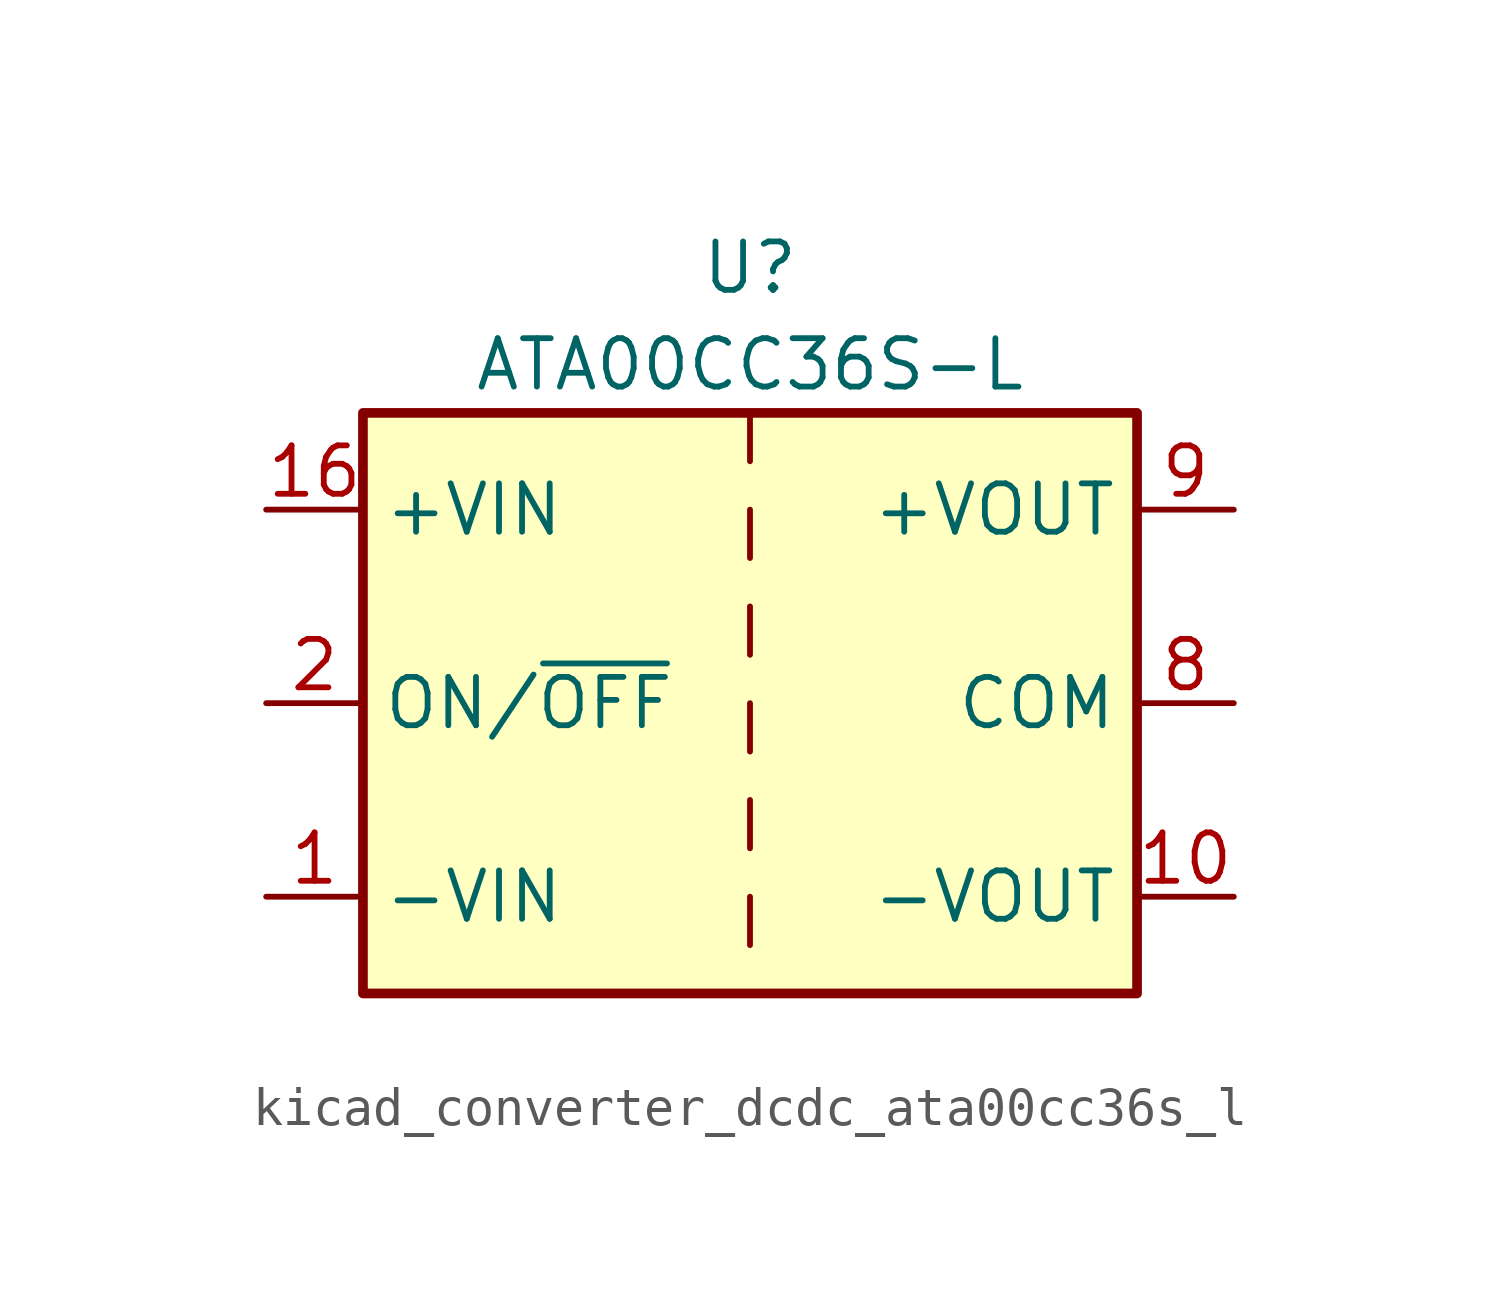
<source format=kicad_sym>
(kicad_symbol_lib
  (version 20220914)
  (generator kicad_symbol_editor)
  (symbol "kicad_converter_dcdc_ata00cc36s_l"
    (property "Reference" "U"
      (at 0 11.43 0)
      (effects (font (size 1.27 1.27))))
    (property "Value" "ATA00CC36S-L"
      (at 0 8.89 0)
      (effects (font (size 1.27 1.27))))
    (symbol "kicad_converter_dcdc_ata00cc36s_l_0_1"
      (rectangle (start -10.16 7.62) (end 10.16 -7.62) (stroke (width 0.254) (type default)) (fill (type background)))
      (polyline (pts (xy 0 -5.08) (xy 0 -6.35)) (stroke (width 0) (type default)) (fill (type none)))
      (polyline (pts (xy 0 -2.54) (xy 0 -3.81)) (stroke (width 0) (type default)) (fill (type none)))
      (polyline (pts (xy 0 0) (xy 0 -1.27)) (stroke (width 0) (type default)) (fill (type none)))
      (polyline (pts (xy 0 2.54) (xy 0 1.27)) (stroke (width 0) (type default)) (fill (type none)))
      (polyline (pts (xy 0 5.08) (xy 0 3.81)) (stroke (width 0) (type default)) (fill (type none)))
      (polyline (pts (xy 0 7.62) (xy 0 6.35)) (stroke (width 0) (type default)) (fill (type none))))
    (symbol "kicad_converter_dcdc_ata00cc36s_l_1_1"
      (pin power_in line (at -12.7 -5.08 0) (length 2.54) (name "-VIN" (effects (font (size 1.27 1.27)))) (number "1" (effects (font (size 1.27 1.27)))))
      (pin power_out line (at 12.7 -5.08 180) (length 2.54) (name "-VOUT" (effects (font (size 1.27 1.27)))) (number "10" (effects (font (size 1.27 1.27)))))
      (pin power_in line (at -12.7 5.08 0) (length 2.54) (name "+VIN" (effects (font (size 1.27 1.27)))) (number "16" (effects (font (size 1.27 1.27)))))
      (pin input line (at -12.7 0 0) (length 2.54) (name "ON/~{OFF}" (effects (font (size 1.27 1.27)))) (number "2" (effects (font (size 1.27 1.27)))))
      (pin no_connect line (at 10.16 2.54 180) (length 2.54) hide (name "NC" (effects (font (size 1.27 1.27)))) (number "7" (effects (font (size 1.27 1.27)))))
      (pin power_out line (at 12.7 0 180) (length 2.54) (name "COM" (effects (font (size 1.27 1.27)))) (number "8" (effects (font (size 1.27 1.27)))))
      (pin power_out line (at 12.7 5.08 180) (length 2.54) (name "+VOUT" (effects (font (size 1.27 1.27)))) (number "9" (effects (font (size 1.27 1.27))))))))
</source>
